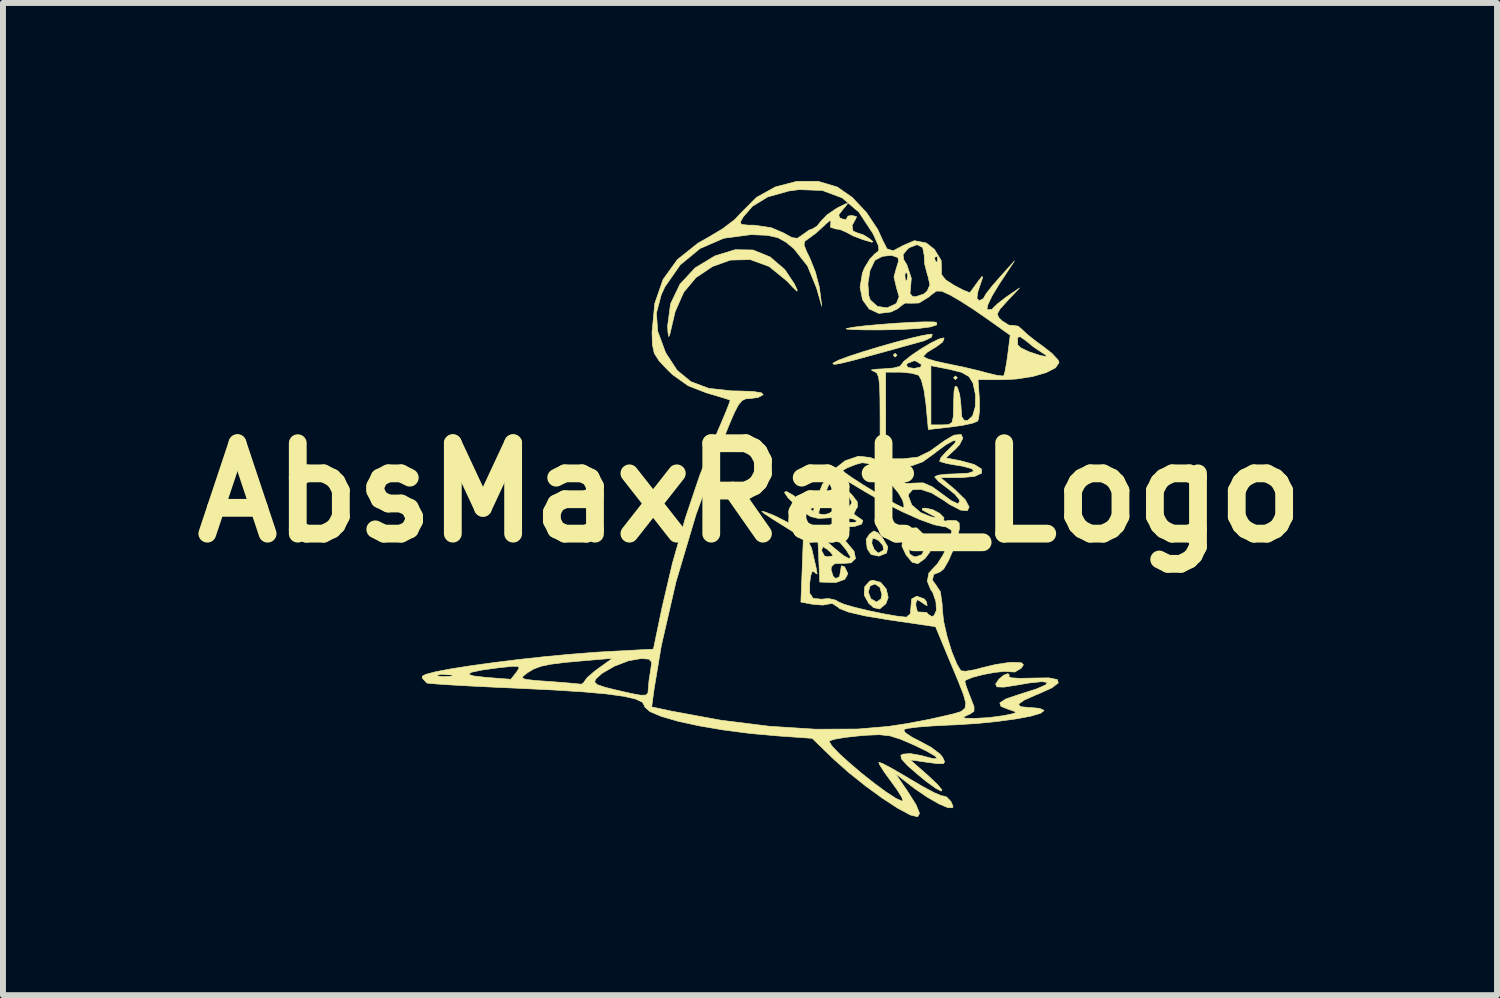
<source format=kicad_pcb>
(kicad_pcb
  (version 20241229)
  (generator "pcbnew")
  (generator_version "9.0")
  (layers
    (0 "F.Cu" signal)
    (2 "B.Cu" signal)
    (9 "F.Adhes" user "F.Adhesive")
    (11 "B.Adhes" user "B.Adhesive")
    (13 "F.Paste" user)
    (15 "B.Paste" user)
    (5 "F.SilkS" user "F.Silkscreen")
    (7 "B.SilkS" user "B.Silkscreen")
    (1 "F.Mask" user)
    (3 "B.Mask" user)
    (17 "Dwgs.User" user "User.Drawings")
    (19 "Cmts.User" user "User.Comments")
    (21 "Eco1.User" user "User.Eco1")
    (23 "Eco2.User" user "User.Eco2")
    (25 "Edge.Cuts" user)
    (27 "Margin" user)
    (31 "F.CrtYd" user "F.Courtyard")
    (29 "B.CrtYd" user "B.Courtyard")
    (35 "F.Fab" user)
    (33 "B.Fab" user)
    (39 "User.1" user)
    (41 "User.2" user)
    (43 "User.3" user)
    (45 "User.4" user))
  (footprint "AbsMaxRat_Logo"
    (layer "F.Cu")
    (at 9.587 5.252)
    (property "Reference" "AbsMaxRat_Logo" (at 0 0 0) (layer "F.SilkS") (effects (font (size 1.524 1.524) (thickness 0.3))))
    (attr through_hole)
    (fp_poly (pts (xy 2.477 -2.318) (xy 2.445 -2.286) (xy 2.413 -2.318) (xy 2.445 -2.349) (xy 2.477 -2.318)) (stroke (width 0.01) (type solid)) (fill yes) (layer "F.SilkS"))
    (fp_poly (pts (xy 3.493 -1.937) (xy 3.461 -1.905) (xy 3.429 -1.937) (xy 3.461 -1.968) (xy 3.493 -1.937)) (stroke (width 0.01) (type solid)) (fill yes) (layer "F.SilkS"))
    (fp_poly (pts (xy 3.091 -2.878) (xy 3.14 -2.871) (xy 3.148 -2.829) (xy 3.041 -2.794) (xy 2.831 -2.767) (xy 2.532 -2.75) (xy 2.191 -2.743) (xy 1.933 -2.744) (xy 1.738 -2.749) (xy 1.63 -2.757) (xy 1.619 -2.765) (xy 1.728 -2.787) (xy 1.923 -2.811) (xy 2.173 -2.834) (xy 2.447 -2.855) (xy 2.713 -2.871) (xy 2.938 -2.879) (xy 3.091 -2.878)) (stroke (width 0.01) (type solid)) (fill yes) (layer "F.SilkS"))
    (fp_poly (pts (xy 3.071 -2.669) (xy 3.055 -2.619) (xy 2.937 -2.562) (xy 2.881 -2.546) (xy 2.707 -2.498) (xy 2.456 -2.428) (xy 2.171 -2.349) (xy 2.064 -2.32) (xy 1.749 -2.234) (xy 1.542 -2.183) (xy 1.429 -2.163) (xy 1.395 -2.172) (xy 1.406 -2.189) (xy 1.491 -2.233) (xy 1.665 -2.298) (xy 1.902 -2.375) (xy 2.172 -2.457) (xy 2.449 -2.536) (xy 2.705 -2.603) (xy 2.912 -2.651) (xy 3.042 -2.672) (xy 3.071 -2.669)) (stroke (width 0.01) (type solid)) (fill yes) (layer "F.SilkS"))
    (fp_poly (pts (xy 2.157 0.676) (xy 2.229 0.756) (xy 2.322 0.913) (xy 2.3 1.017) (xy 2.17 1.068) (xy 2.04 1.041) (xy 1.974 0.941) (xy 1.964 0.856) (xy 2.052 0.856) (xy 2.095 0.96) (xy 2.159 1.016) (xy 2.162 1.016) (xy 2.242 0.971) (xy 2.25 0.96) (xy 2.238 0.887) (xy 2.168 0.806) (xy 2.088 0.767) (xy 2.061 0.776) (xy 2.052 0.856) (xy 1.964 0.856) (xy 1.956 0.787) (xy 2.011 0.699) (xy 2.086 0.644) (xy 2.157 0.676)) (stroke (width 0.01) (type solid)) (fill yes) (layer "F.SilkS"))
    (fp_poly (pts (xy 2.2 1.509) (xy 2.295 1.622) (xy 2.328 1.765) (xy 2.288 1.871) (xy 2.185 1.958) (xy 2.083 1.936) (xy 2.001 1.865) (xy 1.924 1.726) (xy 1.927 1.674) (xy 1.992 1.674) (xy 2.036 1.786) (xy 2.13 1.841) (xy 2.134 1.841) (xy 2.206 1.789) (xy 2.223 1.718) (xy 2.187 1.591) (xy 2.104 1.537) (xy 2.024 1.57) (xy 1.992 1.674) (xy 1.927 1.674) (xy 1.931 1.586) (xy 2.016 1.489) (xy 2.067 1.474) (xy 2.2 1.509)) (stroke (width 0.01) (type solid)) (fill yes) (layer "F.SilkS"))
    (fp_poly (pts (xy 0.05 -4.09) (xy 0.338 -3.973) (xy 0.587 -3.759) (xy 0.743 -3.524) (xy 0.794 -3.419) (xy 0.792 -3.395) (xy 0.726 -3.457) (xy 0.619 -3.57) (xy 0.324 -3.811) (xy 0.005 -3.928) (xy -0.331 -3.92) (xy -0.63 -3.813) (xy -0.911 -3.625) (xy -1.117 -3.379) (xy -1.262 -3.05) (xy -1.352 -2.667) (xy -1.369 -2.63) (xy -1.383 -2.705) (xy -1.388 -2.813) (xy -1.339 -3.183) (xy -1.18 -3.514) (xy -0.925 -3.789) (xy -0.589 -3.992) (xy -0.25 -4.095) (xy 0.05 -4.09)) (stroke (width 0.01) (type solid)) (fill yes) (layer "F.SilkS"))
    (fp_poly (pts (xy 2.933 0.71) (xy 2.945 0.728) (xy 3.031 0.886) (xy 3.031 0.998) (xy 2.948 1.107) (xy 2.83 1.194) (xy 2.733 1.173) (xy 2.628 1.045) (xy 2.559 0.898) (xy 2.56 0.889) (xy 2.667 0.889) (xy 2.687 1.028) (xy 2.761 1.078) (xy 2.794 1.079) (xy 2.897 1.042) (xy 2.921 0.989) (xy 2.889 0.818) (xy 2.808 0.713) (xy 2.755 0.699) (xy 2.687 0.756) (xy 2.667 0.889) (xy 2.56 0.889) (xy 2.579 0.76) (xy 2.593 0.728) (xy 2.692 0.597) (xy 2.808 0.591) (xy 2.933 0.71)) (stroke (width 0.01) (type solid)) (fill yes) (layer "F.SilkS"))
    (fp_poly (pts (xy 1.471 -5.151) (xy 1.723 -4.975) (xy 1.963 -4.72) (xy 2.155 -4.431) (xy 2.229 -4.264) (xy 2.308 -4.11) (xy 2.41 -4.076) (xy 2.559 -4.154) (xy 2.568 -4.161) (xy 2.769 -4.247) (xy 2.968 -4.209) (xy 3.108 -4.099) (xy 3.22 -3.915) (xy 3.225 -3.788) (xy 3.226 -3.676) (xy 3.297 -3.586) (xy 3.443 -3.492) (xy 3.595 -3.413) (xy 3.692 -3.375) (xy 3.708 -3.375) (xy 3.753 -3.437) (xy 3.838 -3.555) (xy 3.839 -3.556) (xy 3.909 -3.645) (xy 3.92 -3.629) (xy 3.906 -3.588) (xy 3.838 -3.385) (xy 3.823 -3.276) (xy 3.857 -3.239) (xy 3.866 -3.239) (xy 3.935 -3.272) (xy 3.939 -3.286) (xy 3.979 -3.355) (xy 4.082 -3.486) (xy 4.198 -3.619) (xy 4.455 -3.905) (xy 4.196 -3.512) (xy 4.079 -3.319) (xy 4.007 -3.168) (xy 3.992 -3.087) (xy 3.996 -3.082) (xy 4.078 -3.09) (xy 4.093 -3.108) (xy 4.167 -3.181) (xy 4.302 -3.286) (xy 4.336 -3.31) (xy 4.54 -3.45) (xy 4.332 -3.229) (xy 4.21 -3.093) (xy 4.166 -3.012) (xy 4.191 -2.95) (xy 4.249 -2.894) (xy 4.362 -2.823) (xy 4.434 -2.819) (xy 4.517 -2.807) (xy 4.577 -2.756) (xy 4.676 -2.663) (xy 4.837 -2.537) (xy 4.933 -2.468) (xy 5.089 -2.346) (xy 5.188 -2.239) (xy 5.207 -2.195) (xy 5.148 -2.106) (xy 4.99 -2.024) (xy 4.761 -1.958) (xy 4.488 -1.916) (xy 4.269 -1.905) (xy 3.842 -1.905) (xy 3.864 -1.581) (xy 3.867 -1.386) (xy 3.85 -1.244) (xy 3.832 -1.205) (xy 3.744 -1.17) (xy 3.571 -1.134) (xy 3.391 -1.109) (xy 3.004 -1.065) (xy 2.997 -1.143) (xy 3.048 -1.143) (xy 3.239 -1.143) (xy 3.346 -1.148) (xy 3.403 -1.185) (xy 3.425 -1.284) (xy 3.43 -1.475) (xy 3.43 -1.508) (xy 3.437 -1.712) (xy 3.458 -1.797) (xy 3.493 -1.778) (xy 3.533 -1.654) (xy 3.554 -1.472) (xy 3.555 -1.44) (xy 3.567 -1.281) (xy 3.61 -1.219) (xy 3.667 -1.218) (xy 3.749 -1.292) (xy 3.795 -1.448) (xy 3.8 -1.646) (xy 3.757 -1.845) (xy 3.755 -1.852) (xy 3.688 -1.958) (xy 3.565 -2.028) (xy 3.371 -2.077) (xy 3.048 -2.141) (xy 3.048 -1.143) (xy 2.997 -1.143) (xy 2.964 -1.496) (xy 2.932 -1.723) (xy 2.888 -1.896) (xy 2.843 -1.979) (xy 2.729 -2.013) (xy 2.554 -2.031) (xy 2.524 -2.031) (xy 2.286 -2.032) (xy 2.286 -0.572) (xy 2.578 -0.572) (xy 2.827 -0.6) (xy 3.037 -0.703) (xy 3.102 -0.751) (xy 3.267 -0.87) (xy 3.407 -0.954) (xy 3.443 -0.971) (xy 3.556 -0.982) (xy 3.586 -0.92) (xy 3.53 -0.81) (xy 3.463 -0.738) (xy 3.299 -0.586) (xy 3.539 -0.541) (xy 3.778 -0.476) (xy 3.899 -0.401) (xy 3.902 -0.33) (xy 3.785 -0.276) (xy 3.55 -0.254) (xy 3.538 -0.254) (xy 3.21 -0.254) (xy 3.446 -0.059) (xy 3.624 0.115) (xy 3.692 0.24) (xy 3.662 0.303) (xy 3.546 0.292) (xy 3.358 0.194) (xy 3.266 0.129) (xy 3.062 0.004) (xy 2.877 -0.057) (xy 2.738 -0.051) (xy 2.67 0.025) (xy 2.667 0.054) (xy 2.725 0.206) (xy 2.876 0.335) (xy 3.048 0.405) (xy 3.136 0.422) (xy 3.116 0.402) (xy 3.016 0.351) (xy 2.904 0.29) (xy 2.903 0.263) (xy 2.953 0.259) (xy 3.078 0.285) (xy 3.196 0.348) (xy 3.267 0.42) (xy 3.263 0.462) (xy 3.282 0.479) (xy 3.352 0.466) (xy 3.474 0.47) (xy 3.523 0.506) (xy 3.528 0.605) (xy 3.49 0.77) (xy 3.423 0.964) (xy 3.342 1.148) (xy 3.263 1.284) (xy 3.203 1.333) (xy 3.094 1.377) (xy 3.073 1.474) (xy 3.134 1.557) (xy 3.207 1.669) (xy 3.237 1.878) (xy 3.239 1.951) (xy 3.261 2.162) (xy 3.32 2.421) (xy 3.4 2.681) (xy 3.489 2.896) (xy 3.552 2.999) (xy 3.63 3.008) (xy 3.786 2.982) (xy 3.901 2.951) (xy 4.133 2.895) (xy 4.357 2.861) (xy 4.431 2.857) (xy 4.572 2.865) (xy 4.607 2.897) (xy 4.57 2.956) (xy 4.461 3.021) (xy 4.392 3.017) (xy 4.286 3.01) (xy 4.117 3.028) (xy 3.926 3.064) (xy 3.753 3.109) (xy 3.641 3.154) (xy 3.619 3.177) (xy 3.642 3.26) (xy 3.698 3.41) (xy 3.716 3.454) (xy 3.774 3.605) (xy 3.773 3.682) (xy 3.706 3.728) (xy 3.669 3.744) (xy 3.595 3.78) (xy 3.622 3.798) (xy 3.762 3.802) (xy 3.778 3.802) (xy 4.021 3.789) (xy 4.269 3.756) (xy 4.286 3.753) (xy 4.442 3.72) (xy 4.484 3.697) (xy 4.422 3.671) (xy 4.366 3.654) (xy 4.228 3.599) (xy 4.209 3.541) (xy 4.31 3.475) (xy 4.535 3.398) (xy 4.556 3.392) (xy 4.831 3.304) (xy 4.982 3.237) (xy 5.01 3.196) (xy 4.916 3.183) (xy 4.702 3.205) (xy 4.507 3.239) (xy 4.278 3.275) (xy 4.16 3.271) (xy 4.138 3.224) (xy 4.19 3.145) (xy 4.272 3.075) (xy 4.346 3.047) (xy 4.37 3.073) (xy 4.358 3.097) (xy 4.401 3.118) (xy 4.541 3.127) (xy 4.749 3.123) (xy 4.775 3.122) (xy 5.038 3.119) (xy 5.178 3.148) (xy 5.194 3.204) (xy 5.086 3.287) (xy 4.853 3.392) (xy 4.838 3.397) (xy 4.62 3.493) (xy 4.525 3.561) (xy 4.555 3.604) (xy 4.709 3.619) (xy 4.731 3.619) (xy 4.878 3.633) (xy 4.951 3.665) (xy 4.953 3.672) (xy 4.893 3.717) (xy 4.728 3.765) (xy 4.48 3.811) (xy 4.17 3.853) (xy 3.821 3.888) (xy 3.454 3.911) (xy 3.367 3.914) (xy 3.074 3.929) (xy 2.828 3.948) (xy 2.656 3.97) (xy 2.588 3.99) (xy 2.613 4.041) (xy 2.728 4.119) (xy 2.857 4.185) (xy 3.05 4.289) (xy 3.197 4.4) (xy 3.246 4.459) (xy 3.279 4.535) (xy 3.254 4.566) (xy 3.146 4.563) (xy 3.007 4.545) (xy 2.699 4.501) (xy 2.985 4.752) (xy 3.158 4.915) (xy 3.234 5.007) (xy 3.221 5.028) (xy 3.127 4.978) (xy 2.961 4.857) (xy 2.837 4.756) (xy 2.65 4.593) (xy 2.555 4.488) (xy 2.54 4.428) (xy 2.572 4.404) (xy 2.701 4.395) (xy 2.878 4.426) (xy 2.907 4.434) (xy 3.087 4.481) (xy 3.155 4.479) (xy 3.117 4.435) (xy 2.976 4.353) (xy 2.761 4.249) (xy 2.53 4.15) (xy 2.354 4.095) (xy 2.18 4.077) (xy 1.956 4.086) (xy 1.83 4.097) (xy 1.598 4.123) (xy 1.423 4.153) (xy 1.338 4.182) (xy 1.333 4.189) (xy 1.379 4.267) (xy 1.502 4.395) (xy 1.678 4.555) (xy 1.884 4.73) (xy 2.098 4.899) (xy 2.297 5.045) (xy 2.459 5.15) (xy 2.559 5.195) (xy 2.577 5.191) (xy 2.557 5.131) (xy 2.476 5.001) (xy 2.376 4.863) (xy 2.258 4.701) (xy 2.184 4.583) (xy 2.169 4.541) (xy 2.23 4.561) (xy 2.373 4.636) (xy 2.573 4.751) (xy 2.698 4.826) (xy 2.922 4.957) (xy 3.105 5.054) (xy 3.221 5.104) (xy 3.246 5.107) (xy 3.312 5.126) (xy 3.386 5.203) (xy 3.42 5.286) (xy 3.412 5.308) (xy 3.333 5.306) (xy 3.181 5.241) (xy 2.984 5.128) (xy 2.771 4.982) (xy 2.701 4.928) (xy 2.449 4.731) (xy 2.653 5.028) (xy 2.798 5.259) (xy 2.856 5.402) (xy 2.824 5.459) (xy 2.702 5.43) (xy 2.488 5.315) (xy 2.218 5.138) (xy 1.946 4.94) (xy 1.663 4.714) (xy 1.425 4.503) (xy 1.397 4.477) (xy 1.048 4.138) (xy 0.476 4.098) (xy 0.005 4.056) (xy -0.444 3.998) (xy -0.855 3.928) (xy -1.21 3.851) (xy -1.493 3.769) (xy -1.687 3.687) (xy -1.775 3.608) (xy -1.775 3.608) (xy -1.657 3.608) (xy -1.321 3.68) (xy -0.495 3.832) (xy 0.322 3.934) (xy 1.102 3.984) (xy 1.818 3.981) (xy 2.333 3.937) (xy 2.652 3.888) (xy 3.002 3.822) (xy 3.239 3.769) (xy 3.425 3.726) (xy 3.552 3.688) (xy 3.621 3.634) (xy 3.635 3.544) (xy 3.596 3.398) (xy 3.508 3.174) (xy 3.374 2.853) (xy 3.364 2.831) (xy 3.126 2.257) (xy 2.341 2.142) (xy 1.938 2.075) (xy 1.661 2.011) (xy 1.508 1.951) (xy 1.481 1.927) (xy 1.388 1.866) (xy 1.334 1.873) (xy 1.225 1.893) (xy 1.063 1.88) (xy 1.06 1.88) (xy 0.857 1.842) (xy 0.878 1.304) (xy 0.898 0.765) (xy 0.614 0.589) (xy 0.375 0.439) (xy 0.238 0.349) (xy 0.198 0.312) (xy 0.249 0.323) (xy 0.384 0.375) (xy 0.413 0.387) (xy 0.734 0.549) (xy 0.939 0.73) (xy 1.038 0.938) (xy 1.039 0.941) (xy 1.084 1.138) (xy 1.115 1.27) (xy 1.131 1.368) (xy 1.101 1.353) (xy 1.092 1.342) (xy 1.049 1.32) (xy 1.02 1.406) (xy 1.006 1.516) (xy 1.005 1.692) (xy 1.063 1.778) (xy 1.203 1.794) (xy 1.322 1.782) (xy 1.442 1.809) (xy 1.49 1.839) (xy 1.583 1.879) (xy 1.764 1.931) (xy 1.996 1.987) (xy 2.241 2.038) (xy 2.461 2.077) (xy 2.62 2.095) (xy 2.637 2.095) (xy 2.701 2.04) (xy 2.711 1.921) (xy 2.723 1.79) (xy 2.8 1.747) (xy 2.82 1.746) (xy 2.937 1.79) (xy 2.974 1.841) (xy 2.984 1.903) (xy 2.93 1.874) (xy 2.9 1.85) (xy 2.82 1.8) (xy 2.795 1.854) (xy 2.794 1.904) (xy 2.821 2.008) (xy 2.885 2.011) (xy 2.978 2.017) (xy 3 2.047) (xy 3.063 2.085) (xy 3.1 2.071) (xy 3.14 1.982) (xy 3.132 1.835) (xy 3.082 1.686) (xy 3.04 1.622) (xy 2.987 1.492) (xy 3.013 1.353) (xy 3.071 1.289) (xy 3.155 1.201) (xy 3.251 1.05) (xy 3.336 0.876) (xy 3.392 0.723) (xy 3.396 0.633) (xy 3.305 0.576) (xy 3.269 0.572) (xy 3.106 0.54) (xy 2.863 0.452) (xy 2.568 0.321) (xy 2.248 0.159) (xy 1.965 -0.002) (xy 1.74 -0.137) (xy 1.56 -0.243) (xy 1.451 -0.306) (xy 1.429 -0.318) (xy 1.39 -0.264) (xy 1.326 -0.132) (xy 1.256 0.037) (xy 1.195 0.202) (xy 1.16 0.321) (xy 1.159 0.355) (xy 1.243 0.369) (xy 1.324 0.352) (xy 1.408 0.302) (xy 1.429 0.198) (xy 1.416 0.092) (xy 1.416 0.092) (xy 1.481 0.092) (xy 1.498 0.15) (xy 1.571 0.236) (xy 1.66 0.246) (xy 1.713 0.178) (xy 1.714 0.157) (xy 1.67 0.065) (xy 1.576 0.005) (xy 1.491 0.012) (xy 1.488 0.015) (xy 1.481 0.092) (xy 1.416 0.092) (xy 1.415 -0.072) (xy 1.478 -0.129) (xy 1.595 -0.078) (xy 1.713 0.03) (xy 1.807 0.153) (xy 1.81 0.241) (xy 1.786 0.276) (xy 1.747 0.358) (xy 1.808 0.403) (xy 1.9 0.467) (xy 1.881 0.528) (xy 1.764 0.567) (xy 1.683 0.572) (xy 1.52 0.586) (xy 1.471 0.638) (xy 1.534 0.74) (xy 1.619 0.826) (xy 1.752 0.986) (xy 1.778 1.109) (xy 1.702 1.181) (xy 1.572 1.191) (xy 1.427 1.194) (xy 1.371 1.247) (xy 1.365 1.296) (xy 1.401 1.41) (xy 1.445 1.445) (xy 1.508 1.415) (xy 1.524 1.326) (xy 1.539 1.23) (xy 1.59 1.247) (xy 1.596 1.253) (xy 1.649 1.365) (xy 1.596 1.459) (xy 1.456 1.51) (xy 1.384 1.512) (xy 1.175 1.505) (xy 1.157 1.093) (xy 1.152 0.976) (xy 1.206 0.976) (xy 1.254 1.066) (xy 1.302 1.079) (xy 1.386 1.066) (xy 1.397 1.056) (xy 1.355 1.001) (xy 1.302 0.953) (xy 1.227 0.908) (xy 1.207 0.967) (xy 1.206 0.976) (xy 1.152 0.976) (xy 1.139 0.68) (xy 1.401 0.917) (xy 1.575 1.059) (xy 1.674 1.113) (xy 1.692 1.08) (xy 1.621 0.964) (xy 1.531 0.856) (xy 1.421 0.711) (xy 1.367 0.6) (xy 1.368 0.568) (xy 1.45 0.527) (xy 1.605 0.505) (xy 1.639 0.504) (xy 1.778 0.496) (xy 1.803 0.475) (xy 1.746 0.444) (xy 1.606 0.418) (xy 1.406 0.416) (xy 1.333 0.423) (xy 1.152 0.433) (xy 1.018 0.4) (xy 0.877 0.305) (xy 0.794 0.234) (xy 0.64 0.084) (xy 0.58 -0.005) (xy 0.611 -0.023) (xy 0.726 0.042) (xy 0.838 0.128) (xy 1.066 0.316) (xy 1.108 0.142) (xy 1.22 -0.142) (xy 1.393 -0.375) (xy 1.395 -0.377) (xy 1.561 -0.377) (xy 1.6 -0.337) (xy 1.722 -0.251) (xy 1.897 -0.138) (xy 2.098 -0.015) (xy 2.297 0.103) (xy 2.464 0.196) (xy 2.572 0.248) (xy 2.592 0.253) (xy 2.592 0.203) (xy 2.569 0.12) (xy 2.501 0.004) (xy 2.37 -0.156) (xy 2.251 -0.279) (xy 2.142 -0.379) (xy 2.358 -0.379) (xy 2.412 -0.285) (xy 2.466 -0.232) (xy 2.637 -0.155) (xy 2.769 -0.163) (xy 2.916 -0.167) (xy 3.067 -0.102) (xy 3.201 -0.005) (xy 3.394 0.136) (xy 3.505 0.186) (xy 3.532 0.145) (xy 3.522 0.111) (xy 3.451 0.024) (xy 3.32 -0.082) (xy 3.301 -0.095) (xy 3.176 -0.191) (xy 3.113 -0.263) (xy 3.112 -0.27) (xy 3.169 -0.296) (xy 3.317 -0.313) (xy 3.464 -0.318) (xy 3.678 -0.33) (xy 3.77 -0.362) (xy 3.74 -0.404) (xy 3.586 -0.447) (xy 3.489 -0.462) (xy 3.318 -0.492) (xy 3.209 -0.523) (xy 3.194 -0.531) (xy 3.215 -0.59) (xy 3.308 -0.693) (xy 3.342 -0.725) (xy 3.452 -0.835) (xy 3.471 -0.882) (xy 3.415 -0.872) (xy 3.301 -0.809) (xy 3.147 -0.696) (xy 3.111 -0.667) (xy 2.907 -0.52) (xy 2.724 -0.454) (xy 2.597 -0.445) (xy 2.418 -0.429) (xy 2.358 -0.379) (xy 2.142 -0.379) (xy 2.091 -0.425) (xy 1.982 -0.495) (xy 1.885 -0.505) (xy 1.786 -0.478) (xy 1.643 -0.422) (xy 1.561 -0.377) (xy 1.561 -0.377) (xy 1.395 -0.377) (xy 1.603 -0.539) (xy 1.827 -0.616) (xy 2.024 -0.594) (xy 2.191 -0.531) (xy 2.191 -1.279) (xy 2.189 -1.598) (xy 2.183 -1.812) (xy 2.167 -1.944) (xy 2.139 -2.014) (xy 2.094 -2.045) (xy 2.064 -2.053) (xy 2.045 -2.069) (xy 2.133 -2.082) (xy 2.238 -2.087) (xy 2.414 -2.101) (xy 2.523 -2.129) (xy 2.54 -2.146) (xy 2.55 -2.159) (xy 2.635 -2.159) (xy 2.658 -2.112) (xy 2.762 -2.095) (xy 2.873 -2.115) (xy 2.889 -2.159) (xy 2.797 -2.218) (xy 2.762 -2.223) (xy 2.656 -2.182) (xy 2.635 -2.159) (xy 2.55 -2.159) (xy 2.588 -2.21) (xy 2.71 -2.308) (xy 2.871 -2.418) (xy 3.04 -2.519) (xy 3.182 -2.589) (xy 3.263 -2.609) (xy 3.27 -2.604) (xy 3.245 -2.54) (xy 3.136 -2.458) (xy 3.114 -2.446) (xy 2.984 -2.366) (xy 2.922 -2.302) (xy 2.921 -2.297) (xy 2.978 -2.261) (xy 3.127 -2.216) (xy 3.318 -2.174) (xy 3.582 -2.12) (xy 3.842 -2.059) (xy 3.983 -2.021) (xy 4.15 -1.98) (xy 4.258 -1.967) (xy 4.276 -1.972) (xy 4.297 -2.046) (xy 4.325 -2.205) (xy 4.342 -2.327) (xy 4.379 -2.615) (xy 4.508 -2.615) (xy 4.509 -2.505) (xy 4.509 -2.492) (xy 4.563 -2.441) (xy 4.694 -2.378) (xy 4.716 -2.37) (xy 4.893 -2.312) (xy 4.988 -2.295) (xy 4.985 -2.32) (xy 4.921 -2.36) (xy 4.778 -2.456) (xy 4.651 -2.56) (xy 4.554 -2.628) (xy 4.509 -2.619) (xy 4.508 -2.615) (xy 4.379 -2.615) (xy 4.384 -2.654) (xy 3.986 -2.937) (xy 3.76 -3.093) (xy 3.543 -3.232) (xy 3.38 -3.327) (xy 3.375 -3.33) (xy 3.23 -3.396) (xy 3.14 -3.398) (xy 3.045 -3.328) (xy 3.013 -3.299) (xy 2.847 -3.197) (xy 2.734 -3.193) (xy 2.613 -3.195) (xy 2.566 -3.165) (xy 2.482 -3.097) (xy 2.375 -3.046) (xy 2.171 -3.021) (xy 2.007 -3.097) (xy 1.896 -3.251) (xy 1.854 -3.46) (xy 1.864 -3.525) (xy 1.986 -3.525) (xy 2.001 -3.32) (xy 2.027 -3.247) (xy 2.146 -3.14) (xy 2.307 -3.115) (xy 2.452 -3.18) (xy 2.471 -3.2) (xy 2.512 -3.304) (xy 2.468 -3.453) (xy 2.468 -3.454) (xy 2.425 -3.636) (xy 2.431 -3.657) (xy 2.609 -3.657) (xy 2.62 -3.574) (xy 2.642 -3.573) (xy 2.657 -3.658) (xy 2.647 -3.695) (xy 2.619 -3.719) (xy 2.609 -3.657) (xy 2.431 -3.657) (xy 2.462 -3.772) (xy 2.501 -3.898) (xy 2.493 -3.962) (xy 2.382 -4) (xy 2.23 -3.983) (xy 2.109 -3.92) (xy 2.1 -3.911) (xy 2.021 -3.744) (xy 1.986 -3.525) (xy 1.864 -3.525) (xy 1.893 -3.7) (xy 1.928 -3.787) (xy 2.02 -3.939) (xy 2.09 -4.011) (xy 2.578 -4.011) (xy 2.59 -3.927) (xy 2.644 -3.837) (xy 2.717 -3.615) (xy 2.708 -3.492) (xy 2.695 -3.357) (xy 2.74 -3.306) (xy 2.788 -3.302) (xy 2.927 -3.348) (xy 2.984 -3.397) (xy 3.031 -3.503) (xy 2.998 -3.649) (xy 2.99 -3.669) (xy 2.942 -3.853) (xy 2.938 -3.937) (xy 3.111 -3.937) (xy 3.135 -3.885) (xy 3.154 -3.895) (xy 3.161 -3.97) (xy 3.154 -3.979) (xy 3.116 -3.971) (xy 3.111 -3.937) (xy 2.938 -3.937) (xy 2.935 -3.999) (xy 2.909 -4.132) (xy 2.814 -4.18) (xy 2.684 -4.13) (xy 2.644 -4.095) (xy 2.578 -4.011) (xy 2.09 -4.011) (xy 2.111 -4.033) (xy 2.125 -4.04) (xy 2.171 -4.08) (xy 2.163 -4.162) (xy 2.095 -4.317) (xy 2.068 -4.372) (xy 1.834 -4.728) (xy 1.553 -4.968) (xy 1.218 -5.093) (xy 0.825 -5.107) (xy 0.649 -5.083) (xy 0.298 -4.984) (xy 0.041 -4.827) (xy -0.113 -4.649) (xy -0.163 -4.562) (xy -0.146 -4.521) (xy -0.038 -4.509) (xy 0.072 -4.508) (xy 0.356 -4.466) (xy 0.563 -4.378) (xy 0.708 -4.298) (xy 0.797 -4.287) (xy 0.878 -4.34) (xy 0.885 -4.346) (xy 0.995 -4.425) (xy 1.053 -4.445) (xy 1.13 -4.493) (xy 1.191 -4.57) (xy 1.3 -4.684) (xy 1.461 -4.793) (xy 1.476 -4.801) (xy 1.609 -4.867) (xy 1.644 -4.872) (xy 1.597 -4.811) (xy 1.569 -4.779) (xy 1.495 -4.683) (xy 1.509 -4.634) (xy 1.556 -4.612) (xy 1.627 -4.602) (xy 1.627 -4.623) (xy 1.653 -4.662) (xy 1.718 -4.672) (xy 1.796 -4.651) (xy 1.777 -4.609) (xy 1.719 -4.502) (xy 1.736 -4.409) (xy 1.798 -4.382) (xy 1.91 -4.345) (xy 2.004 -4.287) (xy 2.072 -4.23) (xy 2.051 -4.221) (xy 1.925 -4.258) (xy 1.905 -4.264) (xy 1.741 -4.326) (xy 1.631 -4.384) (xy 1.622 -4.39) (xy 1.512 -4.437) (xy 1.441 -4.445) (xy 1.354 -4.474) (xy 1.361 -4.552) (xy 1.359 -4.595) (xy 1.284 -4.536) (xy 1.253 -4.505) (xy 1.113 -4.376) (xy 0.988 -4.284) (xy 0.921 -4.236) (xy 0.91 -4.174) (xy 0.955 -4.059) (xy 1.006 -3.957) (xy 1.1 -3.722) (xy 1.166 -3.471) (xy 1.174 -3.419) (xy 1.209 -3.143) (xy 1.121 -3.45) (xy 0.969 -3.821) (xy 0.742 -4.109) (xy 0.61 -4.219) (xy 0.472 -4.297) (xy 0.294 -4.337) (xy 0.036 -4.348) (xy 0.011 -4.348) (xy -0.442 -4.288) (xy -0.842 -4.115) (xy -1.177 -3.839) (xy -1.434 -3.469) (xy -1.496 -3.336) (xy -1.577 -3.029) (xy -1.556 -2.721) (xy -1.43 -2.38) (xy -1.413 -2.345) (xy -1.229 -2.063) (xy -0.997 -1.872) (xy -0.696 -1.759) (xy -0.307 -1.716) (xy -0.205 -1.715) (xy 0.046 -1.707) (xy 0.192 -1.684) (xy 0.222 -1.651) (xy 0.136 -1.605) (xy 0.001 -1.587) (xy -0.074 -1.582) (xy -0.136 -1.552) (xy -0.196 -1.479) (xy -0.266 -1.346) (xy -0.357 -1.132) (xy -0.481 -0.821) (xy -0.497 -0.778) (xy -0.912 0.374) (xy -1.247 1.499) (xy -1.495 2.578) (xy -1.617 3.312) (xy -1.657 3.608) (xy -1.775 3.608) (xy -1.778 3.59) (xy -1.814 3.529) (xy -1.927 3.476) (xy -2.125 3.43) (xy -2.418 3.39) (xy -2.813 3.355) (xy -3.319 3.323) (xy -3.873 3.296) (xy -4.299 3.277) (xy -4.684 3.258) (xy -5.01 3.24) (xy -5.258 3.224) (xy -5.409 3.211) (xy -5.445 3.206) (xy -5.519 3.127) (xy -5.524 3.095) (xy -5.51 3.086) (xy -5.274 3.086) (xy -5.187 3.096) (xy -5.144 3.097) (xy -5.028 3.09) (xy -5.014 3.074) (xy -5.032 3.068) (xy -5.192 3.058) (xy -4.742 3.058) (xy -4.664 3.086) (xy -4.459 3.11) (xy -4.445 3.111) (xy -4.235 3.128) (xy -4.085 3.139) (xy -4.03 3.143) (xy -4.014 3.123) (xy -3.836 3.123) (xy -3.776 3.145) (xy -3.622 3.163) (xy -3.397 3.179) (xy -3.154 3.197) (xy -2.961 3.214) (xy -2.852 3.225) (xy -2.842 3.227) (xy -2.795 3.193) (xy -2.794 3.187) (xy -2.62 3.187) (xy -2.576 3.232) (xy -2.443 3.278) (xy -2.273 3.32) (xy -2.009 3.381) (xy -1.845 3.411) (xy -1.757 3.409) (xy -1.721 3.377) (xy -1.715 3.312) (xy -1.714 3.31) (xy -1.702 3.162) (xy -1.675 2.992) (xy -1.657 2.856) (xy -1.703 2.803) (xy -1.836 2.794) (xy -2.045 2.83) (xy -2.284 2.922) (xy -2.494 3.043) (xy -2.595 3.133) (xy -2.62 3.187) (xy -2.794 3.187) (xy -2.794 3.185) (xy -2.747 3.119) (xy -2.627 3.014) (xy -2.556 2.961) (xy -2.318 2.79) (xy -2.762 2.827) (xy -3.106 2.858) (xy -3.349 2.888) (xy -3.519 2.923) (xy -3.641 2.968) (xy -3.743 3.028) (xy -3.749 3.032) (xy -3.821 3.088) (xy -3.836 3.123) (xy -4.014 3.123) (xy -3.995 3.1) (xy -3.935 3.023) (xy -3.892 2.957) (xy -3.905 2.926) (xy -3.998 2.924) (xy -4.192 2.944) (xy -4.223 2.947) (xy -4.521 2.988) (xy -4.695 3.025) (xy -4.742 3.058) (xy -5.192 3.058) (xy -5.193 3.058) (xy -5.255 3.068) (xy -5.274 3.086) (xy -5.51 3.086) (xy -5.464 3.06) (xy -5.296 3.016) (xy -5.037 2.967) (xy -4.706 2.915) (xy -4.321 2.862) (xy -3.9 2.81) (xy -3.462 2.762) (xy -3.024 2.721) (xy -2.605 2.688) (xy -2.354 2.673) (xy -1.628 2.635) (xy -1.483 1.937) (xy -1.305 1.179) (xy -1.088 0.422) (xy -0.847 -0.293) (xy -0.605 -0.898) (xy -0.493 -1.158) (xy -0.403 -1.371) (xy -0.348 -1.513) (xy -0.334 -1.56) (xy -0.398 -1.582) (xy -0.55 -1.629) (xy -0.729 -1.681) (xy -1.043 -1.803) (xy -1.303 -1.988) (xy -1.38 -2.061) (xy -1.532 -2.222) (xy -1.613 -2.349) (xy -1.645 -2.496) (xy -1.651 -2.706) (xy -1.605 -3.19) (xy -1.465 -3.593) (xy -1.224 -3.928) (xy -0.875 -4.206) (xy -0.698 -4.306) (xy -0.459 -4.449) (xy -0.255 -4.605) (xy -0.142 -4.725) (xy 0.108 -4.976) (xy 0.428 -5.153) (xy 0.786 -5.246) (xy 1.147 -5.247) (xy 1.471 -5.151)) (stroke (width 0.01) (type solid)) (fill yes) (layer "F.SilkS")))
  (gr_rect
    (start -3 -3)
    (end 22.173 13.717)
    (stroke (width 0.1) (type default))
    (fill no)
    (layer "Edge.Cuts")))
</source>
